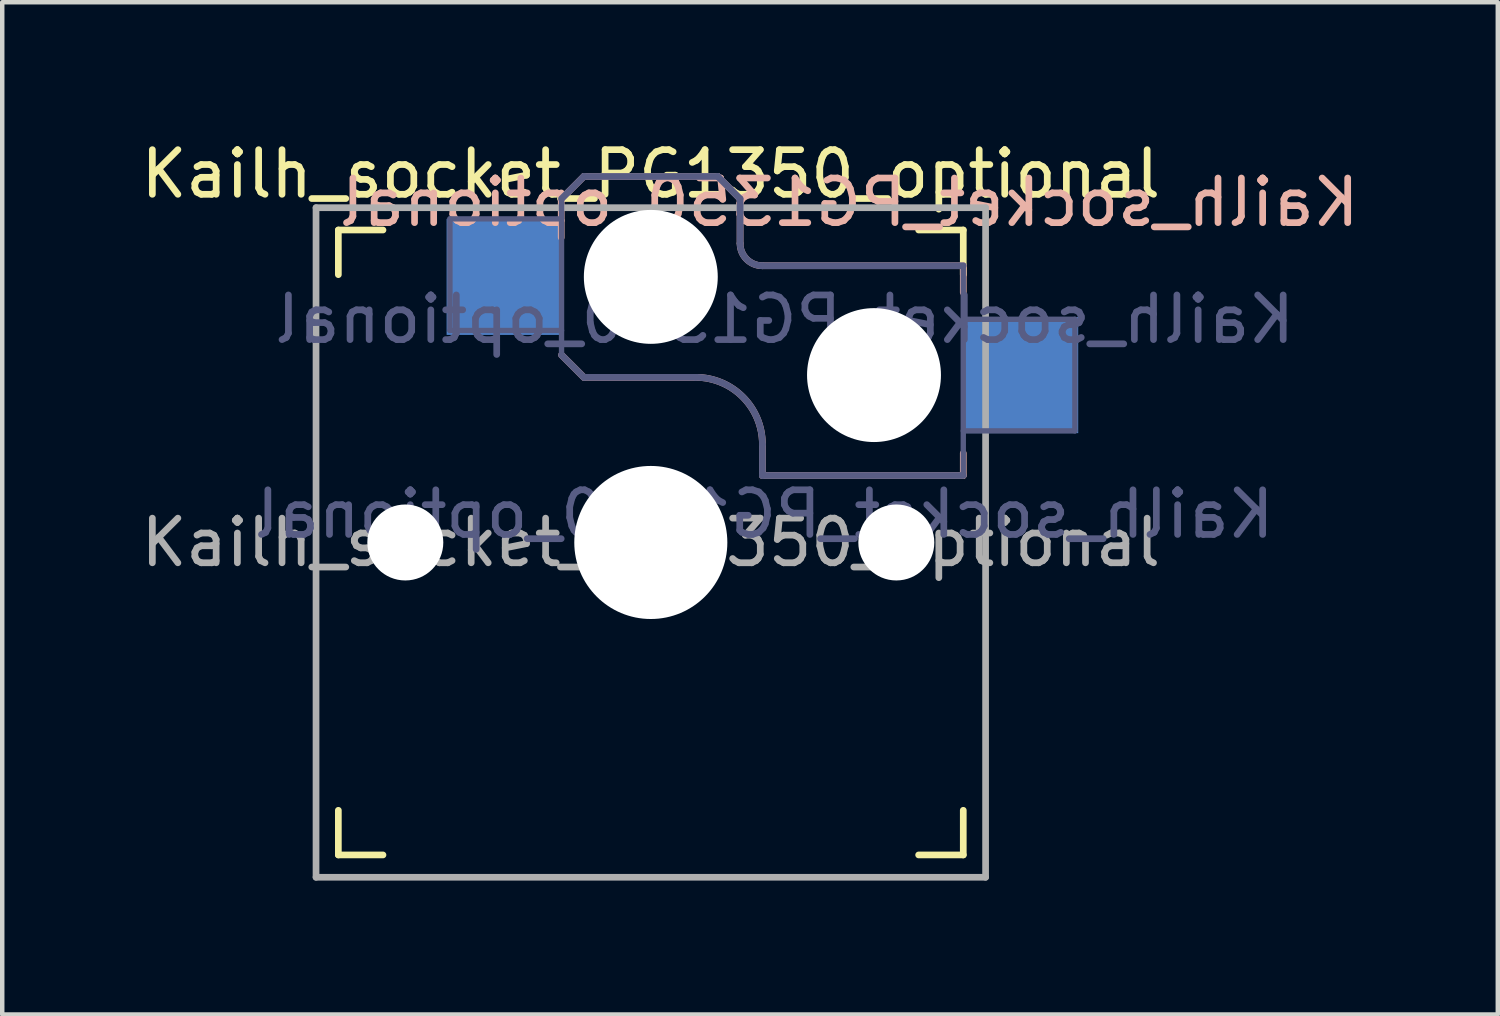
<source format=kicad_pcb>
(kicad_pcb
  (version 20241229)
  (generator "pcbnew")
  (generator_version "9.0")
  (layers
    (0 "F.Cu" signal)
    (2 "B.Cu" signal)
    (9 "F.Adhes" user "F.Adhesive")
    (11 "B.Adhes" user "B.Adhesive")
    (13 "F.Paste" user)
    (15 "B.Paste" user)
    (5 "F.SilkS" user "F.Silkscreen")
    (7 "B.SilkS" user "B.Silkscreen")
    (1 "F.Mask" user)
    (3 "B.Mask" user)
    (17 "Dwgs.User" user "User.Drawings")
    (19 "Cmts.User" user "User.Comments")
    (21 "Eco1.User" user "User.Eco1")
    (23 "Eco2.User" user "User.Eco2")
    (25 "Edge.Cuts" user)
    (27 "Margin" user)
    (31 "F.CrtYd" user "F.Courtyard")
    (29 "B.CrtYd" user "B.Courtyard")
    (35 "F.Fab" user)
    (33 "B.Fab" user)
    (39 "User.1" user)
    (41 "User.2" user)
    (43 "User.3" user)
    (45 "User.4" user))
  (footprint "Kailh_socket_PG1350_optional"
    (layer "F.Cu")
    (at 11.53 9.103)
    (property "Reference" "Kailh_socket_PG1350_optional" (at 0 -8.255 0) (layer "F.SilkS") (effects (font (size 1 1) (thickness 0.15))))
    (property "Value" "Kailh_socket_PG1350_optional" (at 0 8.25 0) (layer "F.Fab") (hide yes) (effects (font (size 1 1) (thickness 0.15))))
    (attr through_hole)
    (fp_line (start -7 -6) (end -7 -7) (stroke (width 0.15) (type solid)) (layer "F.SilkS"))
    (fp_line (start -7 7) (end -7 6) (stroke (width 0.15) (type solid)) (layer "F.SilkS"))
    (fp_line (start -7 7) (end -6 7) (stroke (width 0.15) (type solid)) (layer "F.SilkS"))
    (fp_line (start -6 -7) (end -7 -7) (stroke (width 0.15) (type solid)) (layer "F.SilkS"))
    (fp_line (start 6 7) (end 7 7) (stroke (width 0.15) (type solid)) (layer "F.SilkS"))
    (fp_line (start 7 -7) (end 6 -7) (stroke (width 0.15) (type solid)) (layer "F.SilkS"))
    (fp_line (start 7 -7) (end 7 -6) (stroke (width 0.15) (type solid)) (layer "F.SilkS"))
    (fp_line (start 7 6) (end 7 7) (stroke (width 0.15) (type solid)) (layer "F.SilkS"))
    (fp_line (start -2 -7.7) (end -1.5 -8.2) (stroke (width 0.15) (type solid)) (layer "B.SilkS"))
    (fp_line (start -2 -4.2) (end -1.5 -3.7) (stroke (width 0.15) (type solid)) (layer "B.SilkS"))
    (fp_line (start -1.5 -8.2) (end 1.5 -8.2) (stroke (width 0.15) (type solid)) (layer "B.SilkS"))
    (fp_line (start -1.5 -3.7) (end 1 -3.7) (stroke (width 0.15) (type solid)) (layer "B.SilkS"))
    (fp_line (start 1.5 -8.2) (end 2 -7.7) (stroke (width 0.15) (type solid)) (layer "B.SilkS"))
    (fp_line (start 2 -6.7) (end 2 -7.7) (stroke (width 0.15) (type solid)) (layer "B.SilkS"))
    (fp_line (start 2.5 -2.2) (end 2.5 -1.5) (stroke (width 0.15) (type solid)) (layer "B.SilkS"))
    (fp_line (start 2.5 -1.5) (end 7 -1.5) (stroke (width 0.15) (type solid)) (layer "B.SilkS"))
    (fp_line (start 7 -6.2) (end 2.5 -6.2) (stroke (width 0.15) (type solid)) (layer "B.SilkS"))
    (fp_line (start 7 -5.6) (end 7 -6.2) (stroke (width 0.15) (type solid)) (layer "B.SilkS"))
    (fp_line (start 7 -1.5) (end 7 -2) (stroke (width 0.15) (type solid)) (layer "B.SilkS"))
    (fp_arc (start 1 -3.7) (mid 2.06066 -3.26066) (end 2.5 -2.2) (stroke (width 0.15) (type solid)) (layer "B.SilkS"))
    (fp_arc (start 2.5 -6.2) (mid 2.146447 -6.346447) (end 2 -6.7) (stroke (width 0.15) (type solid)) (layer "B.SilkS"))
    (fp_line (start -6.9 6.9) (end -6.9 -6.9) (stroke (width 0.15) (type solid)) (layer "Eco2.User"))
    (fp_line (start -6.9 6.9) (end 6.9 6.9) (stroke (width 0.15) (type solid)) (layer "Eco2.User"))
    (fp_line (start -2.6 -3.1) (end -2.6 -6.3) (stroke (width 0.15) (type solid)) (layer "Eco2.User"))
    (fp_line (start -2.6 -3.1) (end 2.6 -3.1) (stroke (width 0.15) (type solid)) (layer "Eco2.User"))
    (fp_line (start 2.6 -6.3) (end -2.6 -6.3) (stroke (width 0.15) (type solid)) (layer "Eco2.User"))
    (fp_line (start 2.6 -3.1) (end 2.6 -6.3) (stroke (width 0.15) (type solid)) (layer "Eco2.User"))
    (fp_line (start 6.9 -6.9) (end -6.9 -6.9) (stroke (width 0.15) (type solid)) (layer "Eco2.User"))
    (fp_line (start 6.9 -6.9) (end 6.9 6.9) (stroke (width 0.15) (type solid)) (layer "Eco2.User"))
    (fp_line (start -4.5 -7.25) (end -2 -7.25) (stroke (width 0.12) (type solid)) (layer "B.Fab"))
    (fp_line (start -4.5 -4.75) (end -4.5 -7.25) (stroke (width 0.12) (type solid)) (layer "B.Fab"))
    (fp_line (start -2 -7.7) (end -1.5 -8.2) (stroke (width 0.15) (type solid)) (layer "B.Fab"))
    (fp_line (start -2 -4.75) (end -4.5 -4.75) (stroke (width 0.12) (type solid)) (layer "B.Fab"))
    (fp_line (start -2 -4.25) (end -2 -7.7) (stroke (width 0.12) (type solid)) (layer "B.Fab"))
    (fp_line (start -2 -4.2) (end -1.5 -3.7) (stroke (width 0.15) (type solid)) (layer "B.Fab"))
    (fp_line (start -1.5 -8.2) (end 1.5 -8.2) (stroke (width 0.15) (type solid)) (layer "B.Fab"))
    (fp_line (start -1.5 -3.7) (end 1 -3.7) (stroke (width 0.15) (type solid)) (layer "B.Fab"))
    (fp_line (start 1.5 -8.2) (end 2 -7.7) (stroke (width 0.15) (type solid)) (layer "B.Fab"))
    (fp_line (start 2 -6.7) (end 2 -7.7) (stroke (width 0.15) (type solid)) (layer "B.Fab"))
    (fp_line (start 2.5 -2.2) (end 2.5 -1.5) (stroke (width 0.15) (type solid)) (layer "B.Fab"))
    (fp_line (start 2.5 -1.5) (end 7 -1.5) (stroke (width 0.15) (type solid)) (layer "B.Fab"))
    (fp_line (start 7 -6.2) (end 2.5 -6.2) (stroke (width 0.15) (type solid)) (layer "B.Fab"))
    (fp_line (start 7 -5) (end 9.5 -5) (stroke (width 0.12) (type solid)) (layer "B.Fab"))
    (fp_line (start 7 -1.5) (end 7 -6.2) (stroke (width 0.12) (type solid)) (layer "B.Fab"))
    (fp_line (start 9.5 -5) (end 9.5 -2.5) (stroke (width 0.12) (type solid)) (layer "B.Fab"))
    (fp_line (start 9.5 -2.5) (end 7 -2.5) (stroke (width 0.12) (type solid)) (layer "B.Fab"))
    (fp_arc (start 1 -3.7) (mid 2.06066 -3.26066) (end 2.5 -2.2) (stroke (width 0.15) (type solid)) (layer "B.Fab"))
    (fp_arc (start 2.5 -6.2) (mid 2.146447 -6.346447) (end 2 -6.7) (stroke (width 0.15) (type solid)) (layer "B.Fab"))
    (fp_line (start -7.5 -7.5) (end 7.5 -7.5) (stroke (width 0.15) (type solid)) (layer "F.Fab"))
    (fp_line (start -7.5 7.5) (end -7.5 -7.5) (stroke (width 0.15) (type solid)) (layer "F.Fab"))
    (fp_line (start 7.5 -7.5) (end 7.5 7.5) (stroke (width 0.15) (type solid)) (layer "F.Fab"))
    (fp_line (start 7.5 7.5) (end -7.5 7.5) (stroke (width 0.15) (type solid)) (layer "F.Fab"))
    (fp_text user "${REFERENCE}" (at 4.445 -7.62 0) (layer "B.SilkS") (effects (font (size 1 1) (thickness 0.15)) (justify mirror)))
    (fp_text user "${REFERENCE}" (at 3 -5 180) (layer "B.Fab") (effects (font (size 1 1) (thickness 0.15)) (justify mirror)))
    (fp_text user "${VALUE}" (at 2.54 -0.635 0) (layer "B.Fab") (effects (font (size 1 1) (thickness 0.15)) (justify mirror)))
    (fp_text user "${REFERENCE}" (at 0 0 0) (layer "F.Fab") (effects (font (size 1 1) (thickness 0.15))))
    (pad "" np_thru_hole circle (at -5.5 0) (size 1.702 1.702) (drill 1.702) (layers "*.Cu" "*.Mask"))
    (pad "" np_thru_hole circle (at 0 -5.95) (size 3 3) (drill 3) (layers "*.Cu" "*.Mask"))
    (pad "" np_thru_hole circle (at 0 0) (size 3.429 3.429) (drill 3.429) (layers "*.Cu" "*.Mask"))
    (pad "" np_thru_hole circle (at 5 -3.75) (size 3 3) (drill 3) (layers "*.Cu" "*.Mask"))
    (pad "" np_thru_hole circle (at 5.5 0) (size 1.702 1.702) (drill 1.702) (layers "*.Cu" "*.Mask"))
    (pad "1" smd rect (at -3.275 -5.95) (size 2.6 2.6) (layers "B.Cu" "B.Mask" "B.Paste"))
    (pad "2" smd rect (at 8.275 -3.75) (size 2.6 2.6) (layers "B.Cu" "B.Mask" "B.Paste")))
  (gr_rect
    (start -3 -3)
    (end 30.505 19.678)
    (stroke (width 0.1) (type default))
    (fill no)
    (layer "Edge.Cuts")))
</source>
